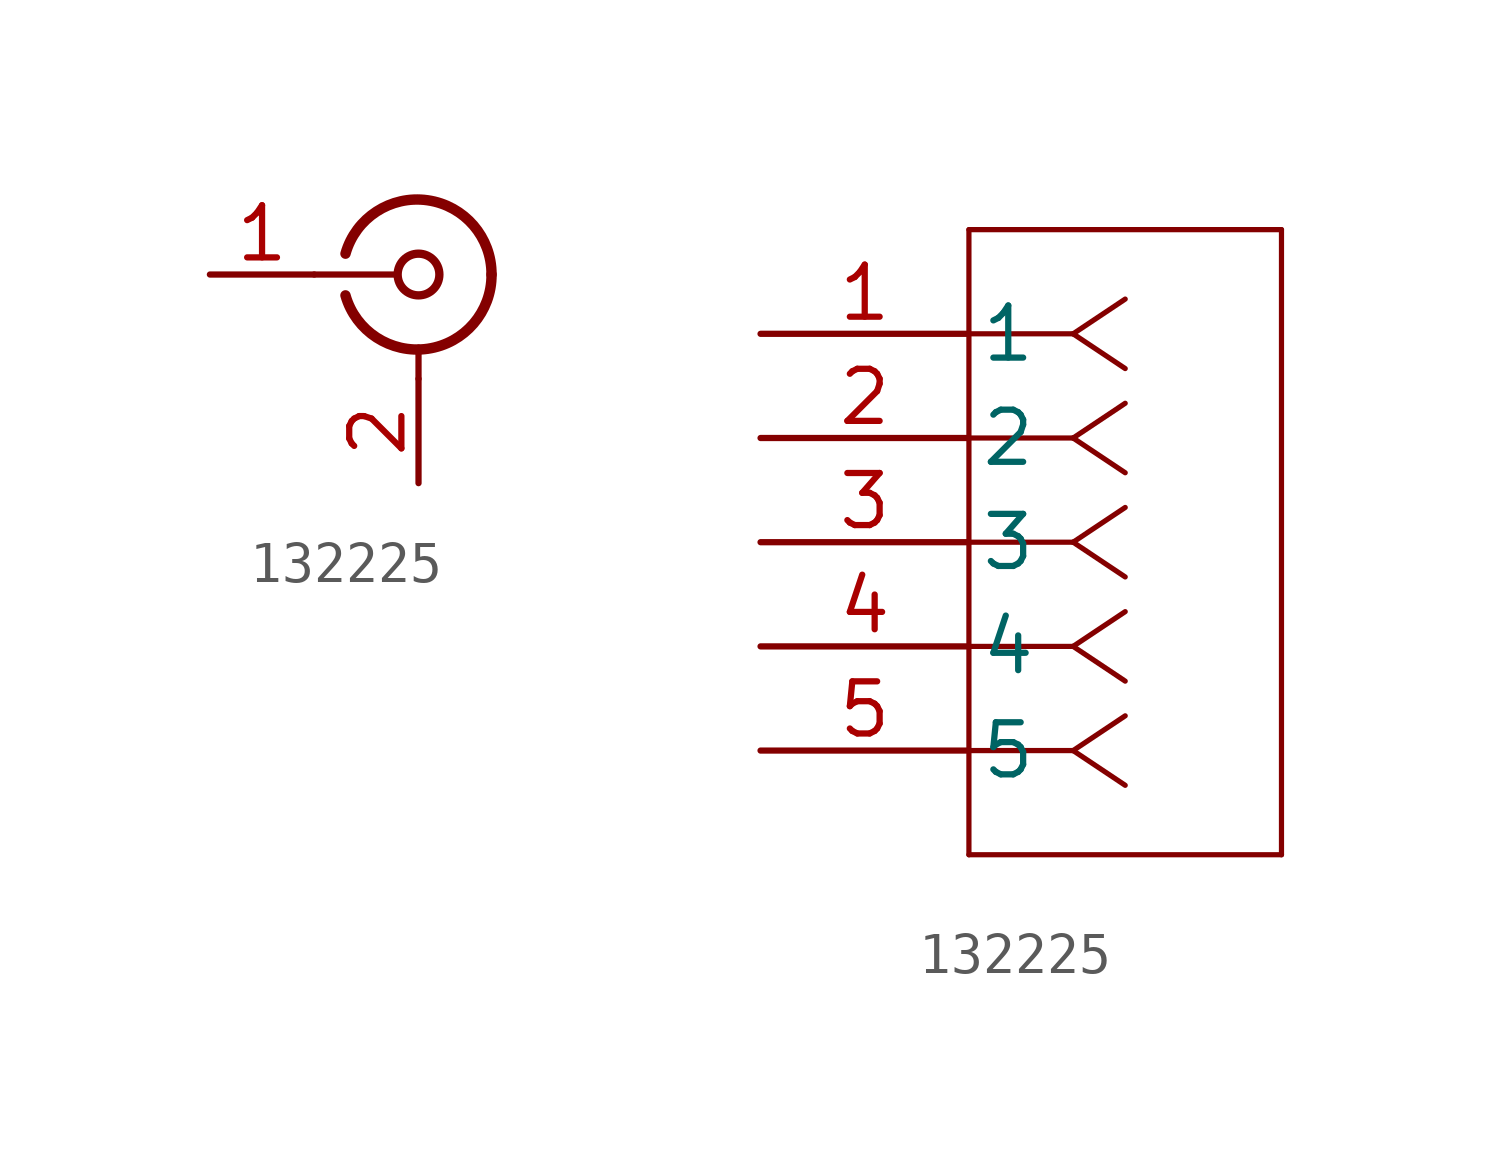
<source format=kicad_sym>
(kicad_symbol_lib
  (version 20241209)
  (generator "kicad_symbol_editor")
  (generator_version "9.0")
  (symbol "132225"
    (pin_names
      (offset 0.254))
    (property "Reference" "J"
      (at 3.556 3.302 0)
      (effects (font (size 1.524 1.524)) (hide yes)))
    (symbol "132225_0_1"
      (polyline (pts (xy 2.54 0) (xy 4.572 0)) (stroke (width 0) (type default)) (fill (type none)))
      (arc (start 6.858 0) (mid 5.302 -1.8079) (end 3.302 -0.508) (stroke (width 0.254) (type default)) (fill (type none)))
      (arc (start 3.302 0.508) (mid 5.3021 1.8084) (end 6.858 0) (stroke (width 0.254) (type default)) (fill (type none)))
      (circle (center 5.08 0) (radius 0.508) (stroke (width 0.203) (type default)) (fill (type none)))
      (polyline (pts (xy 5.08 -2.54) (xy 5.08 -1.778)) (stroke (width 0) (type default)) (fill (type none))))
    (symbol "132225_1_1"
      (pin passive line (at 0 0 0) (length 2.54) (name "" (effects (font (size 1.27 1.27)))) (number "1" (effects (font (size 1.27 1.27)))))
      (pin passive line (at 5.08 -5.08 90) (length 2.54) (name "" (effects (font (size 1.27 1.27)))) (number "2" (effects (font (size 1.27 1.27))))))
    (symbol "132225_1_2"
      (polyline (pts (xy 5.08 2.54) (xy 5.08 -12.7)) (stroke (width 0.127) (type default)) (fill (type none)))
      (polyline (pts (xy 5.08 -12.7) (xy 12.7 -12.7)) (stroke (width 0.127) (type default)) (fill (type none)))
      (polyline (pts (xy 7.62 0) (xy 5.08 0)) (stroke (width 0.127) (type default)) (fill (type none)))
      (polyline (pts (xy 7.62 0) (xy 8.89 0.847)) (stroke (width 0.127) (type default)) (fill (type none)))
      (polyline (pts (xy 7.62 0) (xy 8.89 -0.847)) (stroke (width 0.127) (type default)) (fill (type none)))
      (polyline (pts (xy 7.62 -2.54) (xy 5.08 -2.54)) (stroke (width 0.127) (type default)) (fill (type none)))
      (polyline (pts (xy 7.62 -2.54) (xy 8.89 -1.693)) (stroke (width 0.127) (type default)) (fill (type none)))
      (polyline (pts (xy 7.62 -2.54) (xy 8.89 -3.387)) (stroke (width 0.127) (type default)) (fill (type none)))
      (polyline (pts (xy 7.62 -5.08) (xy 5.08 -5.08)) (stroke (width 0.127) (type default)) (fill (type none)))
      (polyline (pts (xy 7.62 -5.08) (xy 8.89 -4.233)) (stroke (width 0.127) (type default)) (fill (type none)))
      (polyline (pts (xy 7.62 -5.08) (xy 8.89 -5.927)) (stroke (width 0.127) (type default)) (fill (type none)))
      (polyline (pts (xy 7.62 -7.62) (xy 5.08 -7.62)) (stroke (width 0.127) (type default)) (fill (type none)))
      (polyline (pts (xy 7.62 -7.62) (xy 8.89 -6.773)) (stroke (width 0.127) (type default)) (fill (type none)))
      (polyline (pts (xy 7.62 -7.62) (xy 8.89 -8.467)) (stroke (width 0.127) (type default)) (fill (type none)))
      (polyline (pts (xy 7.62 -10.16) (xy 5.08 -10.16)) (stroke (width 0.127) (type default)) (fill (type none)))
      (polyline (pts (xy 7.62 -10.16) (xy 8.89 -9.313)) (stroke (width 0.127) (type default)) (fill (type none)))
      (polyline (pts (xy 7.62 -10.16) (xy 8.89 -11.007)) (stroke (width 0.127) (type default)) (fill (type none)))
      (polyline (pts (xy 12.7 2.54) (xy 5.08 2.54)) (stroke (width 0.127) (type default)) (fill (type none)))
      (polyline (pts (xy 12.7 -12.7) (xy 12.7 2.54)) (stroke (width 0.127) (type default)) (fill (type none)))
      (pin unspecified line (at 0 0 0) (length 5.08) (name "1" (effects (font (size 1.27 1.27)))) (number "1" (effects (font (size 1.27 1.27)))))
      (pin unspecified line (at 0 -2.54 0) (length 5.08) (name "2" (effects (font (size 1.27 1.27)))) (number "2" (effects (font (size 1.27 1.27)))))
      (pin unspecified line (at 0 -5.08 0) (length 5.08) (name "3" (effects (font (size 1.27 1.27)))) (number "3" (effects (font (size 1.27 1.27)))))
      (pin unspecified line (at 0 -7.62 0) (length 5.08) (name "4" (effects (font (size 1.27 1.27)))) (number "4" (effects (font (size 1.27 1.27)))))
      (pin unspecified line (at 0 -10.16 0) (length 5.08) (name "5" (effects (font (size 1.27 1.27)))) (number "5" (effects (font (size 1.27 1.27))))))))
</source>
